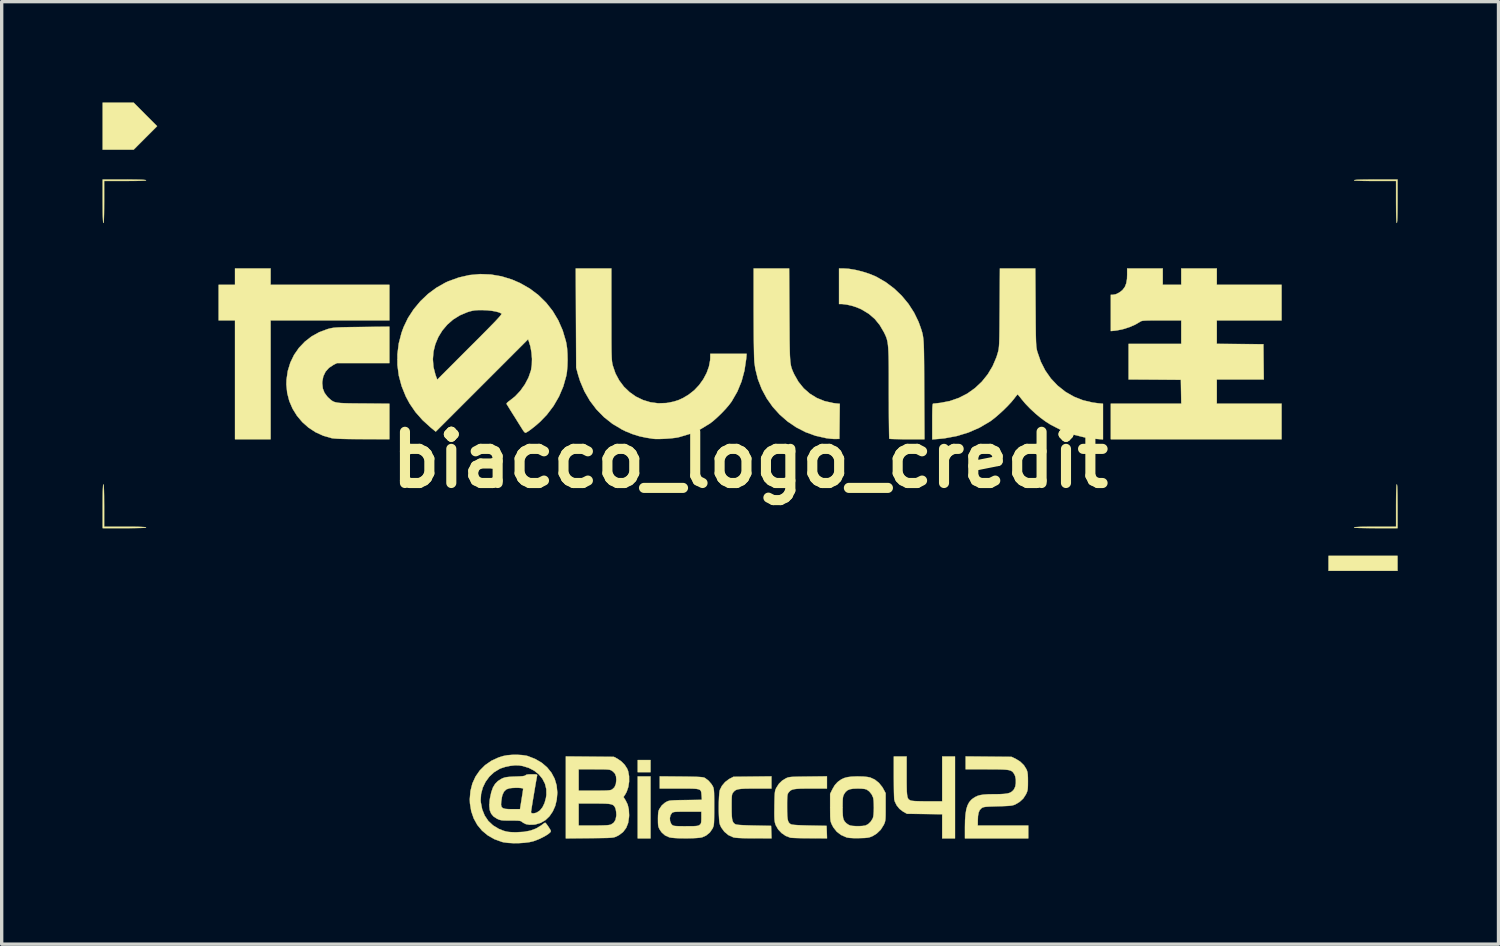
<source format=kicad_pcb>
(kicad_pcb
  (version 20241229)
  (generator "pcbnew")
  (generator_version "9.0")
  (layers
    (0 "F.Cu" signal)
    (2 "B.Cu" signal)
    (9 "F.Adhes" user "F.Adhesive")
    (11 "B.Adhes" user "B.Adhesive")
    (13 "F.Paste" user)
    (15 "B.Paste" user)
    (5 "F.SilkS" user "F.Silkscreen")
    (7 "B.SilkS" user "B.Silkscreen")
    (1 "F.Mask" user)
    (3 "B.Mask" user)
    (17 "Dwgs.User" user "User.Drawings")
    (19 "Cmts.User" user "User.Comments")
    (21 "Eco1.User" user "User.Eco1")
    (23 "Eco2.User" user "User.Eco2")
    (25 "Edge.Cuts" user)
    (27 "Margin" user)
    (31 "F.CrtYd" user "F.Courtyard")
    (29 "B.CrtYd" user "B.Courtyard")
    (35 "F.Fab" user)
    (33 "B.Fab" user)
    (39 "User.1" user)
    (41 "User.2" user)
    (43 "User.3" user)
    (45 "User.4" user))
  (footprint "biacco_logo_credit"
    (layer "F.Cu")
    (at 19.267 10.631)
    (property "Reference" "biacco_logo_credit" (at 0 0 0) (layer "F.SilkS") (effects (font (size 1.524 1.524) (thickness 0.3))))
    (attr through_hole)
    (fp_poly (pts (xy -2.963 9.292) (xy -3.344 9.292) (xy -3.344 8.932) (xy -2.963 8.932) (xy -2.963 9.292)) (stroke (width 0.01) (type solid)) (fill yes) (layer "F.SilkS"))
    (fp_poly (pts (xy -2.963 11.261) (xy -3.344 11.261) (xy -3.344 9.419) (xy -2.963 9.419) (xy -2.963 11.261)) (stroke (width 0.01) (type solid)) (fill yes) (layer "F.SilkS"))
    (fp_poly (pts (xy 19.262 3.302) (xy 17.209 3.302) (xy 17.209 2.857) (xy 19.262 2.857) (xy 19.262 3.302)) (stroke (width 0.01) (type solid)) (fill yes) (layer "F.SilkS"))
    (fp_poly (pts (xy -17.992 -10.276) (xy -17.643 -9.927) (xy -17.992 -9.578) (xy -18.34 -9.229) (xy -19.262 -9.229) (xy -19.262 -10.626) (xy -18.34 -10.626) (xy -17.992 -10.276)) (stroke (width 0.01) (type solid)) (fill yes) (layer "F.SilkS"))
    (fp_poly (pts (xy -14.266 -5.207) (xy -10.732 -5.207) (xy -10.732 -4.149) (xy -14.266 -4.149) (xy -14.266 -0.614) (xy -15.325 -0.614) (xy -15.325 -4.149) (xy -15.812 -4.149) (xy -15.812 -5.207) (xy -15.325 -5.207) (xy -15.325 -5.694) (xy -14.266 -5.694) (xy -14.266 -5.207)) (stroke (width 0.01) (type solid)) (fill yes) (layer "F.SilkS"))
    (fp_poly (pts (xy -19.234 0.755) (xy -19.229 0.821) (xy -19.224 0.923) (xy -19.221 1.062) (xy -19.22 1.233) (xy -19.219 1.366) (xy -19.219 1.99) (xy -18.595 1.99) (xy -18.397 1.99) (xy -18.235 1.992) (xy -18.111 1.996) (xy -18.025 2.001) (xy -17.978 2.007) (xy -17.971 2.011) (xy -17.991 2.017) (xy -18.053 2.023) (xy -18.155 2.027) (xy -18.294 2.03) (xy -18.471 2.032) (xy -18.616 2.032) (xy -19.262 2.032) (xy -19.262 1.375) (xy -19.261 1.166) (xy -19.259 0.998) (xy -19.256 0.87) (xy -19.251 0.783) (xy -19.245 0.737) (xy -19.241 0.73) (xy -19.234 0.755)) (stroke (width 0.01) (type solid)) (fill yes) (layer "F.SilkS"))
    (fp_poly (pts (xy -18.415 -8.339) (xy -18.249 -8.337) (xy -18.12 -8.334) (xy -18.031 -8.329) (xy -17.981 -8.323) (xy -17.971 -8.319) (xy -17.991 -8.312) (xy -18.053 -8.306) (xy -18.154 -8.302) (xy -18.294 -8.299) (xy -18.47 -8.298) (xy -18.595 -8.297) (xy -19.219 -8.297) (xy -19.219 -7.673) (xy -19.22 -7.475) (xy -19.222 -7.313) (xy -19.226 -7.189) (xy -19.23 -7.103) (xy -19.236 -7.056) (xy -19.241 -7.048) (xy -19.247 -7.069) (xy -19.253 -7.131) (xy -19.257 -7.233) (xy -19.26 -7.372) (xy -19.261 -7.549) (xy -19.262 -7.694) (xy -19.262 -8.34) (xy -18.616 -8.34) (xy -18.415 -8.339)) (stroke (width 0.01) (type solid)) (fill yes) (layer "F.SilkS"))
    (fp_poly (pts (xy 19.247 0.747) (xy 19.253 0.805) (xy 19.257 0.905) (xy 19.26 1.045) (xy 19.261 1.226) (xy 19.262 1.375) (xy 19.262 2.032) (xy 18.616 2.032) (xy 18.415 2.031) (xy 18.249 2.029) (xy 18.12 2.026) (xy 18.031 2.021) (xy 17.981 2.016) (xy 17.971 2.011) (xy 17.991 2.004) (xy 18.053 1.999) (xy 18.154 1.994) (xy 18.294 1.992) (xy 18.47 1.99) (xy 18.595 1.99) (xy 19.219 1.99) (xy 19.219 1.366) (xy 19.22 1.174) (xy 19.222 1.013) (xy 19.226 0.886) (xy 19.23 0.795) (xy 19.236 0.743) (xy 19.241 0.73) (xy 19.247 0.747)) (stroke (width 0.01) (type solid)) (fill yes) (layer "F.SilkS"))
    (fp_poly (pts (xy 19.262 -7.694) (xy 19.261 -7.493) (xy 19.259 -7.327) (xy 19.256 -7.198) (xy 19.251 -7.109) (xy 19.245 -7.059) (xy 19.241 -7.048) (xy 19.234 -7.069) (xy 19.228 -7.131) (xy 19.224 -7.232) (xy 19.221 -7.372) (xy 19.22 -7.548) (xy 19.219 -7.673) (xy 19.219 -8.297) (xy 18.595 -8.297) (xy 18.397 -8.298) (xy 18.235 -8.3) (xy 18.111 -8.304) (xy 18.025 -8.308) (xy 17.978 -8.314) (xy 17.971 -8.319) (xy 17.991 -8.325) (xy 18.053 -8.331) (xy 18.155 -8.335) (xy 18.294 -8.338) (xy 18.471 -8.339) (xy 18.616 -8.34) (xy 19.262 -8.34) (xy 19.262 -7.694)) (stroke (width 0.01) (type solid)) (fill yes) (layer "F.SilkS"))
    (fp_poly (pts (xy 4.657 9.41) (xy 4.657 9.597) (xy 4.659 9.746) (xy 4.662 9.863) (xy 4.669 9.951) (xy 4.678 10.016) (xy 4.692 10.062) (xy 4.711 10.093) (xy 4.736 10.115) (xy 4.767 10.132) (xy 4.772 10.135) (xy 4.818 10.145) (xy 4.903 10.153) (xy 5.028 10.157) (xy 5.195 10.16) (xy 5.271 10.16) (xy 5.715 10.16) (xy 5.715 8.826) (xy 6.096 8.826) (xy 6.096 11.261) (xy 5.715 11.261) (xy 5.715 10.544) (xy 4.667 10.53) (xy 4.551 10.465) (xy 4.446 10.385) (xy 4.361 10.28) (xy 4.304 10.162) (xy 4.289 10.102) (xy 4.286 10.06) (xy 4.283 9.983) (xy 4.28 9.875) (xy 4.278 9.744) (xy 4.277 9.597) (xy 4.276 9.438) (xy 4.276 9.424) (xy 4.276 8.826) (xy 4.657 8.826) (xy 4.657 9.41)) (stroke (width 0.01) (type solid)) (fill yes) (layer "F.SilkS"))
    (fp_poly (pts (xy 1.169 -4.313) (xy 1.171 -4.027) (xy 1.173 -3.781) (xy 1.174 -3.57) (xy 1.177 -3.391) (xy 1.18 -3.24) (xy 1.184 -3.115) (xy 1.19 -3.01) (xy 1.197 -2.924) (xy 1.206 -2.853) (xy 1.217 -2.792) (xy 1.231 -2.74) (xy 1.248 -2.691) (xy 1.267 -2.643) (xy 1.29 -2.592) (xy 1.313 -2.542) (xy 1.438 -2.322) (xy 1.593 -2.13) (xy 1.775 -1.97) (xy 1.982 -1.842) (xy 2.212 -1.748) (xy 2.463 -1.691) (xy 2.535 -1.681) (xy 2.668 -1.667) (xy 2.662 -1.146) (xy 2.656 -0.624) (xy 2.551 -0.621) (xy 2.479 -0.622) (xy 2.384 -0.63) (xy 2.283 -0.643) (xy 2.26 -0.646) (xy 1.947 -0.716) (xy 1.651 -0.824) (xy 1.373 -0.967) (xy 1.116 -1.141) (xy 0.882 -1.345) (xy 0.674 -1.575) (xy 0.495 -1.829) (xy 0.347 -2.104) (xy 0.233 -2.397) (xy 0.156 -2.705) (xy 0.128 -2.9) (xy 0.124 -2.957) (xy 0.12 -3.053) (xy 0.117 -3.182) (xy 0.114 -3.34) (xy 0.111 -3.523) (xy 0.109 -3.726) (xy 0.108 -3.945) (xy 0.107 -4.175) (xy 0.106 -4.397) (xy 0.106 -5.694) (xy 1.161 -5.694) (xy 1.169 -4.313)) (stroke (width 0.01) (type solid)) (fill yes) (layer "F.SilkS"))
    (fp_poly (pts (xy 12.277 -5.207) (xy 12.827 -5.207) (xy 12.827 -5.694) (xy 13.885 -5.694) (xy 13.885 -5.207) (xy 15.812 -5.207) (xy 15.812 -4.149) (xy 13.885 -4.149) (xy 13.885 -3.451) (xy 15.272 -3.44) (xy 15.277 -2.916) (xy 15.283 -2.392) (xy 13.885 -2.392) (xy 13.885 -1.672) (xy 15.812 -1.672) (xy 15.812 -0.614) (xy 10.732 -0.614) (xy 10.732 -1.672) (xy 12.828 -1.672) (xy 12.822 -2.027) (xy 12.816 -2.381) (xy 12.039 -2.387) (xy 11.261 -2.392) (xy 11.261 -3.45) (xy 12.827 -3.45) (xy 12.827 -4.149) (xy 12.243 -4.149) (xy 12.07 -4.149) (xy 11.934 -4.148) (xy 11.83 -4.146) (xy 11.752 -4.143) (xy 11.697 -4.139) (xy 11.658 -4.133) (xy 11.631 -4.124) (xy 11.61 -4.113) (xy 11.599 -4.106) (xy 11.46 -4.024) (xy 11.292 -3.951) (xy 11.11 -3.892) (xy 10.926 -3.853) (xy 10.853 -3.843) (xy 10.732 -3.831) (xy 10.732 -4.911) (xy 10.796 -4.911) (xy 10.881 -4.927) (xy 10.976 -4.973) (xy 11.066 -5.04) (xy 11.086 -5.06) (xy 11.15 -5.145) (xy 11.191 -5.251) (xy 11.214 -5.384) (xy 11.218 -5.507) (xy 11.218 -5.694) (xy 12.277 -5.694) (xy 12.277 -5.207)) (stroke (width 0.01) (type solid)) (fill yes) (layer "F.SilkS"))
    (fp_poly (pts (xy 0.635 9.779) (xy 0.158 9.779) (xy -0.015 9.78) (xy -0.151 9.782) (xy -0.255 9.788) (xy -0.334 9.797) (xy -0.393 9.811) (xy -0.437 9.831) (xy -0.471 9.858) (xy -0.502 9.893) (xy -0.504 9.896) (xy -0.521 9.919) (xy -0.533 9.946) (xy -0.541 9.983) (xy -0.546 10.036) (xy -0.549 10.113) (xy -0.55 10.22) (xy -0.55 10.323) (xy -0.549 10.477) (xy -0.545 10.594) (xy -0.536 10.682) (xy -0.521 10.745) (xy -0.5 10.789) (xy -0.47 10.821) (xy -0.439 10.842) (xy -0.405 10.852) (xy -0.339 10.861) (xy -0.238 10.868) (xy -0.101 10.874) (xy 0.075 10.879) (xy 0.116 10.88) (xy 0.624 10.89) (xy 0.631 11.075) (xy 0.637 11.261) (xy 0.112 11.259) (xy -0.078 11.258) (xy -0.229 11.255) (xy -0.345 11.25) (xy -0.43 11.243) (xy -0.488 11.234) (xy -0.504 11.229) (xy -0.646 11.164) (xy -0.766 11.064) (xy -0.859 10.937) (xy -0.901 10.844) (xy -0.913 10.786) (xy -0.922 10.695) (xy -0.928 10.579) (xy -0.932 10.447) (xy -0.932 10.307) (xy -0.93 10.169) (xy -0.925 10.041) (xy -0.917 9.932) (xy -0.907 9.85) (xy -0.898 9.817) (xy -0.837 9.697) (xy -0.744 9.587) (xy -0.629 9.5) (xy -0.606 9.487) (xy -0.497 9.43) (xy 0.635 9.417) (xy 0.635 9.779)) (stroke (width 0.01) (type solid)) (fill yes) (layer "F.SilkS"))
    (fp_poly (pts (xy -10.732 -2.879) (xy -12.29 -2.879) (xy -12.399 -2.824) (xy -12.531 -2.736) (xy -12.632 -2.622) (xy -12.698 -2.485) (xy -12.728 -2.328) (xy -12.73 -2.275) (xy -12.713 -2.123) (xy -12.662 -1.993) (xy -12.575 -1.877) (xy -12.541 -1.843) (xy -12.498 -1.804) (xy -12.459 -1.772) (xy -12.421 -1.746) (xy -12.377 -1.725) (xy -12.325 -1.71) (xy -12.258 -1.698) (xy -12.174 -1.69) (xy -12.066 -1.685) (xy -11.93 -1.681) (xy -11.763 -1.679) (xy -11.558 -1.677) (xy -11.509 -1.677) (xy -10.732 -1.67) (xy -10.732 -0.614) (xy -11.52 -0.616) (xy -11.763 -0.617) (xy -11.966 -0.619) (xy -12.132 -0.623) (xy -12.262 -0.628) (xy -12.361 -0.635) (xy -12.43 -0.642) (xy -12.447 -0.645) (xy -12.696 -0.716) (xy -12.927 -0.821) (xy -13.137 -0.958) (xy -13.323 -1.123) (xy -13.482 -1.312) (xy -13.612 -1.522) (xy -13.71 -1.75) (xy -13.772 -1.991) (xy -13.797 -2.242) (xy -13.793 -2.381) (xy -13.755 -2.644) (xy -13.679 -2.892) (xy -13.568 -3.122) (xy -13.423 -3.331) (xy -13.248 -3.515) (xy -13.046 -3.672) (xy -12.818 -3.799) (xy -12.568 -3.891) (xy -12.541 -3.898) (xy -12.495 -3.91) (xy -12.449 -3.92) (xy -12.399 -3.928) (xy -12.339 -3.934) (xy -12.264 -3.939) (xy -12.171 -3.943) (xy -12.053 -3.946) (xy -11.907 -3.949) (xy -11.727 -3.951) (xy -11.552 -3.953) (xy -10.732 -3.962) (xy -10.732 -2.879)) (stroke (width 0.01) (type solid)) (fill yes) (layer "F.SilkS"))
    (fp_poly (pts (xy 2.286 9.779) (xy 1.809 9.779) (xy 1.636 9.78) (xy 1.5 9.782) (xy 1.396 9.788) (xy 1.317 9.797) (xy 1.258 9.811) (xy 1.214 9.831) (xy 1.18 9.858) (xy 1.149 9.893) (xy 1.147 9.896) (xy 1.13 9.919) (xy 1.118 9.946) (xy 1.11 9.983) (xy 1.105 10.036) (xy 1.102 10.113) (xy 1.101 10.22) (xy 1.101 10.323) (xy 1.102 10.477) (xy 1.106 10.594) (xy 1.115 10.682) (xy 1.13 10.745) (xy 1.151 10.789) (xy 1.181 10.821) (xy 1.212 10.842) (xy 1.246 10.852) (xy 1.312 10.861) (xy 1.413 10.868) (xy 1.55 10.874) (xy 1.726 10.879) (xy 1.767 10.88) (xy 2.275 10.89) (xy 2.282 11.075) (xy 2.288 11.261) (xy 1.774 11.258) (xy 1.627 11.257) (xy 1.491 11.255) (xy 1.373 11.252) (xy 1.279 11.248) (xy 1.216 11.244) (xy 1.196 11.241) (xy 1.06 11.189) (xy 0.937 11.104) (xy 0.835 10.996) (xy 0.764 10.872) (xy 0.753 10.842) (xy 0.74 10.798) (xy 0.731 10.748) (xy 0.725 10.686) (xy 0.722 10.604) (xy 0.721 10.497) (xy 0.723 10.356) (xy 0.723 10.293) (xy 0.726 10.144) (xy 0.729 10.031) (xy 0.733 9.948) (xy 0.739 9.886) (xy 0.747 9.841) (xy 0.758 9.805) (xy 0.774 9.771) (xy 0.78 9.758) (xy 0.858 9.637) (xy 0.952 9.546) (xy 1.048 9.486) (xy 1.08 9.469) (xy 1.11 9.456) (xy 1.144 9.446) (xy 1.186 9.439) (xy 1.243 9.433) (xy 1.32 9.43) (xy 1.423 9.427) (xy 1.557 9.425) (xy 1.72 9.423) (xy 2.286 9.416) (xy 2.286 9.779)) (stroke (width 0.01) (type solid)) (fill yes) (layer "F.SilkS"))
    (fp_poly (pts (xy 2.94 -5.683) (xy 3.132 -5.651) (xy 3.334 -5.602) (xy 3.533 -5.539) (xy 3.717 -5.465) (xy 3.772 -5.438) (xy 4.04 -5.282) (xy 4.289 -5.094) (xy 4.514 -4.878) (xy 4.712 -4.639) (xy 4.878 -4.381) (xy 5.009 -4.111) (xy 5.042 -4.022) (xy 5.067 -3.952) (xy 5.088 -3.891) (xy 5.106 -3.835) (xy 5.122 -3.78) (xy 5.135 -3.724) (xy 5.145 -3.663) (xy 5.154 -3.593) (xy 5.161 -3.511) (xy 5.166 -3.413) (xy 5.17 -3.296) (xy 5.173 -3.156) (xy 5.175 -2.99) (xy 5.177 -2.795) (xy 5.178 -2.566) (xy 5.179 -2.301) (xy 5.18 -2.101) (xy 5.188 -0.614) (xy 4.672 -0.614) (xy 4.528 -0.614) (xy 4.399 -0.616) (xy 4.289 -0.618) (xy 4.206 -0.621) (xy 4.155 -0.625) (xy 4.142 -0.628) (xy 4.139 -0.651) (xy 4.137 -0.713) (xy 4.135 -0.81) (xy 4.133 -0.938) (xy 4.131 -1.095) (xy 4.129 -1.275) (xy 4.128 -1.477) (xy 4.128 -1.695) (xy 4.127 -1.927) (xy 4.127 -1.988) (xy 4.127 -2.278) (xy 4.127 -2.529) (xy 4.126 -2.745) (xy 4.124 -2.928) (xy 4.121 -3.084) (xy 4.116 -3.214) (xy 4.11 -3.322) (xy 4.102 -3.413) (xy 4.092 -3.488) (xy 4.079 -3.552) (xy 4.064 -3.609) (xy 4.045 -3.661) (xy 4.023 -3.712) (xy 3.997 -3.766) (xy 3.981 -3.799) (xy 3.855 -4.013) (xy 3.708 -4.193) (xy 3.533 -4.344) (xy 3.327 -4.469) (xy 3.291 -4.487) (xy 3.163 -4.541) (xy 3.021 -4.586) (xy 2.879 -4.618) (xy 2.755 -4.634) (xy 2.721 -4.636) (xy 2.646 -4.636) (xy 2.646 -5.694) (xy 2.77 -5.694) (xy 2.94 -5.683)) (stroke (width 0.01) (type solid)) (fill yes) (layer "F.SilkS"))
    (fp_poly (pts (xy 7.779 8.837) (xy 7.897 8.893) (xy 8.034 8.977) (xy 8.146 9.086) (xy 8.221 9.206) (xy 8.24 9.254) (xy 8.253 9.305) (xy 8.261 9.37) (xy 8.265 9.457) (xy 8.266 9.567) (xy 8.265 9.68) (xy 8.262 9.761) (xy 8.255 9.821) (xy 8.242 9.87) (xy 8.222 9.919) (xy 8.206 9.953) (xy 8.126 10.077) (xy 8.017 10.177) (xy 7.896 10.249) (xy 7.859 10.265) (xy 7.819 10.277) (xy 7.77 10.287) (xy 7.705 10.294) (xy 7.617 10.299) (xy 7.498 10.304) (xy 7.372 10.307) (xy 7.226 10.312) (xy 7.115 10.316) (xy 7.034 10.321) (xy 6.977 10.328) (xy 6.937 10.337) (xy 6.909 10.348) (xy 6.886 10.363) (xy 6.833 10.418) (xy 6.799 10.494) (xy 6.78 10.598) (xy 6.775 10.716) (xy 6.773 10.88) (xy 8.276 10.88) (xy 8.276 11.261) (xy 6.392 11.261) (xy 6.392 10.926) (xy 6.396 10.714) (xy 6.41 10.539) (xy 6.433 10.396) (xy 6.469 10.281) (xy 6.517 10.189) (xy 6.58 10.115) (xy 6.629 10.075) (xy 6.697 10.031) (xy 6.767 9.998) (xy 6.848 9.975) (xy 6.947 9.96) (xy 7.072 9.951) (xy 7.228 9.948) (xy 7.28 9.948) (xy 7.439 9.946) (xy 7.563 9.939) (xy 7.657 9.926) (xy 7.729 9.905) (xy 7.783 9.874) (xy 7.828 9.832) (xy 7.854 9.798) (xy 7.889 9.721) (xy 7.906 9.62) (xy 7.906 9.512) (xy 7.887 9.413) (xy 7.863 9.358) (xy 7.838 9.318) (xy 7.812 9.285) (xy 7.779 9.26) (xy 7.737 9.241) (xy 7.679 9.227) (xy 7.601 9.218) (xy 7.498 9.212) (xy 7.367 9.209) (xy 7.201 9.208) (xy 7.044 9.207) (xy 6.413 9.207) (xy 6.413 8.824) (xy 7.779 8.837)) (stroke (width 0.01) (type solid)) (fill yes) (layer "F.SilkS"))
    (fp_poly (pts (xy -4.128 -4.332) (xy -4.127 -4.057) (xy -4.127 -3.821) (xy -4.127 -3.62) (xy -4.126 -3.452) (xy -4.125 -3.312) (xy -4.123 -3.197) (xy -4.12 -3.104) (xy -4.117 -3.029) (xy -4.113 -2.969) (xy -4.108 -2.92) (xy -4.102 -2.879) (xy -4.095 -2.843) (xy -4.086 -2.807) (xy -4.085 -2.803) (xy -4.006 -2.571) (xy -3.893 -2.361) (xy -3.752 -2.173) (xy -3.584 -2.013) (xy -3.395 -1.88) (xy -3.187 -1.78) (xy -2.966 -1.713) (xy -2.735 -1.682) (xy -2.497 -1.69) (xy -2.43 -1.7) (xy -2.271 -1.733) (xy -2.134 -1.776) (xy -2.003 -1.836) (xy -1.861 -1.919) (xy -1.824 -1.943) (xy -1.663 -2.069) (xy -1.518 -2.223) (xy -1.393 -2.397) (xy -1.294 -2.583) (xy -1.225 -2.774) (xy -1.189 -2.962) (xy -1.185 -3.042) (xy -1.185 -3.154) (xy -0.103 -3.154) (xy -0.117 -3) (xy -0.168 -2.657) (xy -0.255 -2.333) (xy -0.38 -2.03) (xy -0.543 -1.747) (xy -0.557 -1.725) (xy -0.634 -1.624) (xy -0.735 -1.507) (xy -0.851 -1.385) (xy -0.973 -1.268) (xy -1.089 -1.164) (xy -1.192 -1.084) (xy -1.199 -1.079) (xy -1.484 -0.907) (xy -1.788 -0.773) (xy -2.106 -0.678) (xy -2.159 -0.666) (xy -2.241 -0.653) (xy -2.347 -0.641) (xy -2.468 -0.631) (xy -2.592 -0.624) (xy -2.708 -0.62) (xy -2.805 -0.62) (xy -2.873 -0.625) (xy -2.879 -0.626) (xy -2.925 -0.633) (xy -2.999 -0.645) (xy -3.084 -0.658) (xy -3.09 -0.659) (xy -3.287 -0.7) (xy -3.499 -0.766) (xy -3.71 -0.852) (xy -3.815 -0.904) (xy -4.094 -1.071) (xy -4.346 -1.27) (xy -4.571 -1.5) (xy -4.766 -1.757) (xy -4.929 -2.038) (xy -5.058 -2.342) (xy -5.118 -2.533) (xy -5.174 -2.741) (xy -5.181 -4.217) (xy -5.187 -5.694) (xy -4.128 -5.694) (xy -4.128 -4.332)) (stroke (width 0.01) (type solid)) (fill yes) (layer "F.SilkS"))
    (fp_poly (pts (xy -4.053 8.837) (xy -3.945 8.894) (xy -3.832 8.972) (xy -3.733 9.072) (xy -3.66 9.184) (xy -3.63 9.257) (xy -3.601 9.411) (xy -3.6 9.574) (xy -3.624 9.733) (xy -3.673 9.877) (xy -3.713 9.95) (xy -3.767 10.032) (xy -3.705 10.13) (xy -3.643 10.256) (xy -3.609 10.401) (xy -3.6 10.571) (xy -3.603 10.628) (xy -3.629 10.803) (xy -3.687 10.95) (xy -3.778 11.071) (xy -3.902 11.166) (xy -3.969 11.201) (xy -3.999 11.215) (xy -4.029 11.225) (xy -4.064 11.234) (xy -4.108 11.24) (xy -4.167 11.245) (xy -4.246 11.249) (xy -4.348 11.251) (xy -4.481 11.253) (xy -4.647 11.255) (xy -4.778 11.256) (xy -5.482 11.263) (xy -5.482 10.223) (xy -5.101 10.223) (xy -5.101 10.88) (xy -4.656 10.88) (xy -4.492 10.879) (xy -4.366 10.876) (xy -4.271 10.872) (xy -4.203 10.865) (xy -4.156 10.856) (xy -4.138 10.849) (xy -4.056 10.794) (xy -4.004 10.708) (xy -3.981 10.592) (xy -3.979 10.556) (xy -3.985 10.474) (xy -3.998 10.396) (xy -4.009 10.362) (xy -4.03 10.32) (xy -4.054 10.288) (xy -4.089 10.264) (xy -4.139 10.246) (xy -4.209 10.235) (xy -4.305 10.228) (xy -4.432 10.225) (xy -4.594 10.224) (xy -4.634 10.223) (xy -5.101 10.223) (xy -5.482 10.223) (xy -5.482 9.207) (xy -5.101 9.207) (xy -5.101 9.842) (xy -4.633 9.842) (xy -4.477 9.842) (xy -4.357 9.841) (xy -4.267 9.838) (xy -4.203 9.833) (xy -4.157 9.826) (xy -4.125 9.817) (xy -4.105 9.806) (xy -4.036 9.742) (xy -3.994 9.646) (xy -3.98 9.522) (xy -3.98 9.522) (xy -3.989 9.416) (xy -4.02 9.337) (xy -4.078 9.275) (xy -4.104 9.256) (xy -4.13 9.24) (xy -4.156 9.228) (xy -4.189 9.219) (xy -4.236 9.214) (xy -4.302 9.21) (xy -4.393 9.208) (xy -4.516 9.208) (xy -4.639 9.207) (xy -5.101 9.207) (xy -5.482 9.207) (xy -5.482 8.824) (xy -4.053 8.837)) (stroke (width 0.01) (type solid)) (fill yes) (layer "F.SilkS"))
    (fp_poly (pts (xy 8.493 -4.535) (xy 8.495 -4.283) (xy 8.496 -4.069) (xy 8.498 -3.891) (xy 8.5 -3.743) (xy 8.503 -3.622) (xy 8.506 -3.525) (xy 8.51 -3.447) (xy 8.514 -3.385) (xy 8.52 -3.335) (xy 8.527 -3.294) (xy 8.535 -3.256) (xy 8.544 -3.22) (xy 8.546 -3.214) (xy 8.647 -2.923) (xy 8.781 -2.659) (xy 8.947 -2.422) (xy 9.145 -2.212) (xy 9.374 -2.03) (xy 9.393 -2.017) (xy 9.641 -1.876) (xy 9.905 -1.772) (xy 10.19 -1.705) (xy 10.356 -1.683) (xy 10.499 -1.669) (xy 10.499 -0.608) (xy 10.303 -0.623) (xy 9.94 -0.671) (xy 9.589 -0.758) (xy 9.253 -0.885) (xy 8.935 -1.05) (xy 8.8 -1.135) (xy 8.648 -1.246) (xy 8.488 -1.379) (xy 8.332 -1.524) (xy 8.191 -1.67) (xy 8.081 -1.801) (xy 8.03 -1.867) (xy 7.988 -1.917) (xy 7.963 -1.944) (xy 7.959 -1.946) (xy 7.942 -1.93) (xy 7.907 -1.888) (xy 7.861 -1.829) (xy 7.853 -1.817) (xy 7.77 -1.717) (xy 7.663 -1.602) (xy 7.539 -1.479) (xy 7.409 -1.36) (xy 7.282 -1.251) (xy 7.167 -1.162) (xy 7.13 -1.137) (xy 6.821 -0.956) (xy 6.493 -0.813) (xy 6.147 -0.708) (xy 5.788 -0.641) (xy 5.614 -0.623) (xy 5.419 -0.608) (xy 5.419 -1.14) (xy 5.419 -1.312) (xy 5.421 -1.445) (xy 5.423 -1.544) (xy 5.428 -1.612) (xy 5.434 -1.653) (xy 5.441 -1.671) (xy 5.445 -1.672) (xy 5.477 -1.675) (xy 5.54 -1.681) (xy 5.622 -1.691) (xy 5.662 -1.695) (xy 5.945 -1.75) (xy 6.212 -1.843) (xy 6.462 -1.971) (xy 6.689 -2.133) (xy 6.893 -2.324) (xy 7.069 -2.543) (xy 7.216 -2.788) (xy 7.33 -3.055) (xy 7.37 -3.186) (xy 7.38 -3.223) (xy 7.389 -3.26) (xy 7.396 -3.3) (xy 7.402 -3.347) (xy 7.407 -3.404) (xy 7.411 -3.475) (xy 7.414 -3.564) (xy 7.417 -3.676) (xy 7.419 -3.812) (xy 7.421 -3.978) (xy 7.422 -4.178) (xy 7.424 -4.414) (xy 7.425 -4.524) (xy 7.432 -5.694) (xy 8.485 -5.694) (xy 8.493 -4.535)) (stroke (width 0.01) (type solid)) (fill yes) (layer "F.SilkS"))
    (fp_poly (pts (xy 3.369 9.423) (xy 3.496 9.436) (xy 3.572 9.451) (xy 3.709 9.513) (xy 3.832 9.611) (xy 3.934 9.738) (xy 3.959 9.781) (xy 4.032 9.917) (xy 4.032 10.329) (xy 4.032 10.472) (xy 4.031 10.58) (xy 4.028 10.659) (xy 4.023 10.718) (xy 4.014 10.763) (xy 4.002 10.802) (xy 3.985 10.841) (xy 3.977 10.858) (xy 3.886 11.004) (xy 3.764 11.121) (xy 3.642 11.195) (xy 3.59 11.217) (xy 3.54 11.233) (xy 3.483 11.243) (xy 3.41 11.25) (xy 3.309 11.253) (xy 3.239 11.255) (xy 3.077 11.255) (xy 2.957 11.248) (xy 2.877 11.235) (xy 2.868 11.232) (xy 2.708 11.162) (xy 2.58 11.065) (xy 2.479 10.938) (xy 2.436 10.858) (xy 2.417 10.816) (xy 2.403 10.778) (xy 2.393 10.735) (xy 2.387 10.682) (xy 2.383 10.61) (xy 2.382 10.513) (xy 2.381 10.383) (xy 2.381 10.339) (xy 2.381 10.336) (xy 2.752 10.336) (xy 2.753 10.473) (xy 2.758 10.576) (xy 2.767 10.652) (xy 2.784 10.709) (xy 2.81 10.755) (xy 2.847 10.796) (xy 2.863 10.812) (xy 2.92 10.853) (xy 2.976 10.879) (xy 3.044 10.891) (xy 3.138 10.897) (xy 3.242 10.898) (xy 3.341 10.893) (xy 3.419 10.882) (xy 3.433 10.879) (xy 3.513 10.838) (xy 3.587 10.767) (xy 3.643 10.679) (xy 3.661 10.632) (xy 3.672 10.563) (xy 3.679 10.467) (xy 3.682 10.355) (xy 3.68 10.242) (xy 3.675 10.14) (xy 3.664 10.063) (xy 3.661 10.05) (xy 3.617 9.953) (xy 3.546 9.866) (xy 3.47 9.81) (xy 3.409 9.792) (xy 3.311 9.782) (xy 3.202 9.779) (xy 3.069 9.784) (xy 2.97 9.8) (xy 2.896 9.832) (xy 2.839 9.882) (xy 2.8 9.94) (xy 2.781 9.976) (xy 2.768 10.013) (xy 2.76 10.06) (xy 2.755 10.126) (xy 2.753 10.217) (xy 2.752 10.336) (xy 2.381 10.336) (xy 2.381 9.937) (xy 2.452 9.794) (xy 2.518 9.681) (xy 2.596 9.594) (xy 2.628 9.567) (xy 2.712 9.508) (xy 2.8 9.467) (xy 2.901 9.44) (xy 3.024 9.425) (xy 3.177 9.419) (xy 3.207 9.419) (xy 3.369 9.423)) (stroke (width 0.01) (type solid)) (fill yes) (layer "F.SilkS"))
    (fp_poly (pts (xy -7.713 -5.514) (xy -7.397 -5.46) (xy -7.085 -5.364) (xy -6.843 -5.259) (xy -6.557 -5.096) (xy -6.299 -4.902) (xy -6.071 -4.678) (xy -5.873 -4.428) (xy -5.708 -4.152) (xy -5.577 -3.853) (xy -5.482 -3.533) (xy -5.468 -3.471) (xy -5.446 -3.326) (xy -5.434 -3.153) (xy -5.43 -2.968) (xy -5.436 -2.784) (xy -5.45 -2.616) (xy -5.47 -2.498) (xy -5.558 -2.185) (xy -5.685 -1.886) (xy -5.848 -1.604) (xy -6.045 -1.344) (xy -6.237 -1.144) (xy -6.325 -1.065) (xy -6.416 -0.988) (xy -6.505 -0.919) (xy -6.583 -0.861) (xy -6.645 -0.822) (xy -6.683 -0.805) (xy -6.686 -0.804) (xy -6.71 -0.821) (xy -6.745 -0.862) (xy -6.759 -0.884) (xy -6.874 -1.067) (xy -6.976 -1.231) (xy -7.065 -1.372) (xy -7.138 -1.489) (xy -7.193 -1.579) (xy -7.23 -1.638) (xy -7.246 -1.664) (xy -7.246 -1.664) (xy -7.238 -1.689) (xy -7.2 -1.725) (xy -7.17 -1.747) (xy -6.994 -1.886) (xy -6.835 -2.055) (xy -6.699 -2.247) (xy -6.592 -2.451) (xy -6.52 -2.66) (xy -6.518 -2.667) (xy -6.494 -2.824) (xy -6.489 -3.004) (xy -6.504 -3.191) (xy -6.536 -3.372) (xy -6.582 -3.523) (xy -6.606 -3.586) (xy -9.353 -0.839) (xy -9.5 -0.96) (xy -9.747 -1.184) (xy -9.956 -1.421) (xy -10.131 -1.677) (xy -10.243 -1.885) (xy -10.367 -2.191) (xy -10.451 -2.504) (xy -10.493 -2.822) (xy -10.493 -2.993) (xy -9.439 -2.993) (xy -9.421 -2.763) (xy -9.363 -2.535) (xy -9.351 -2.501) (xy -9.308 -2.386) (xy -8.337 -3.358) (xy -8.139 -3.555) (xy -7.97 -3.725) (xy -7.827 -3.869) (xy -7.709 -3.99) (xy -7.612 -4.089) (xy -7.536 -4.169) (xy -7.479 -4.232) (xy -7.438 -4.279) (xy -7.412 -4.312) (xy -7.399 -4.335) (xy -7.396 -4.348) (xy -7.399 -4.353) (xy -7.464 -4.385) (xy -7.561 -4.412) (xy -7.683 -4.434) (xy -7.82 -4.449) (xy -7.963 -4.455) (xy -7.98 -4.455) (xy -8.097 -4.454) (xy -8.187 -4.448) (xy -8.265 -4.435) (xy -8.347 -4.414) (xy -8.411 -4.394) (xy -8.634 -4.3) (xy -8.835 -4.175) (xy -9.01 -4.022) (xy -9.158 -3.847) (xy -9.277 -3.652) (xy -9.365 -3.442) (xy -9.42 -3.221) (xy -9.439 -2.993) (xy -10.493 -2.993) (xy -10.493 -3.143) (xy -10.453 -3.463) (xy -10.37 -3.781) (xy -10.31 -3.946) (xy -10.178 -4.221) (xy -10.009 -4.48) (xy -9.809 -4.72) (xy -9.582 -4.936) (xy -9.332 -5.121) (xy -9.064 -5.273) (xy -8.979 -5.312) (xy -8.666 -5.425) (xy -8.35 -5.497) (xy -8.031 -5.526) (xy -7.713 -5.514)) (stroke (width 0.01) (type solid)) (fill yes) (layer "F.SilkS"))
    (fp_poly (pts (xy -2.048 9.423) (xy -1.862 9.425) (xy -1.713 9.428) (xy -1.597 9.431) (xy -1.509 9.435) (xy -1.445 9.44) (xy -1.398 9.447) (xy -1.366 9.455) (xy -1.344 9.465) (xy -1.238 9.544) (xy -1.147 9.651) (xy -1.114 9.705) (xy -1.1 9.733) (xy -1.09 9.762) (xy -1.082 9.799) (xy -1.076 9.848) (xy -1.072 9.916) (xy -1.07 10.007) (xy -1.069 10.129) (xy -1.069 10.285) (xy -1.069 10.329) (xy -1.069 10.495) (xy -1.07 10.624) (xy -1.072 10.722) (xy -1.075 10.796) (xy -1.08 10.85) (xy -1.087 10.89) (xy -1.098 10.923) (xy -1.111 10.955) (xy -1.118 10.97) (xy -1.199 11.088) (xy -1.31 11.178) (xy -1.427 11.23) (xy -1.492 11.242) (xy -1.589 11.251) (xy -1.709 11.257) (xy -1.844 11.26) (xy -1.983 11.26) (xy -2.118 11.258) (xy -2.238 11.252) (xy -2.336 11.243) (xy -2.402 11.231) (xy -2.406 11.23) (xy -2.531 11.173) (xy -2.629 11.087) (xy -2.683 11.011) (xy -2.709 10.962) (xy -2.726 10.918) (xy -2.736 10.866) (xy -2.74 10.795) (xy -2.741 10.693) (xy -2.741 10.689) (xy -2.741 10.657) (xy -2.388 10.657) (xy -2.382 10.746) (xy -2.351 10.825) (xy -2.323 10.859) (xy -2.304 10.874) (xy -2.279 10.885) (xy -2.241 10.893) (xy -2.185 10.897) (xy -2.104 10.9) (xy -1.99 10.901) (xy -1.914 10.901) (xy -1.78 10.9) (xy -1.681 10.899) (xy -1.611 10.895) (xy -1.563 10.889) (xy -1.531 10.879) (xy -1.507 10.866) (xy -1.5 10.86) (xy -1.475 10.836) (xy -1.46 10.807) (xy -1.453 10.761) (xy -1.45 10.688) (xy -1.45 10.643) (xy -1.45 10.467) (xy -1.866 10.467) (xy -2.01 10.467) (xy -2.118 10.469) (xy -2.196 10.471) (xy -2.25 10.476) (xy -2.286 10.484) (xy -2.31 10.494) (xy -2.325 10.506) (xy -2.369 10.572) (xy -2.388 10.657) (xy -2.741 10.657) (xy -2.739 10.578) (xy -2.733 10.498) (xy -2.722 10.441) (xy -2.703 10.395) (xy -2.702 10.393) (xy -2.629 10.284) (xy -2.537 10.204) (xy -2.487 10.174) (xy -2.457 10.159) (xy -2.424 10.148) (xy -2.384 10.139) (xy -2.328 10.133) (xy -2.252 10.129) (xy -2.15 10.125) (xy -2.014 10.123) (xy -1.918 10.122) (xy -1.434 10.115) (xy -1.443 9.99) (xy -1.448 9.931) (xy -1.454 9.884) (xy -1.467 9.848) (xy -1.491 9.821) (xy -1.531 9.802) (xy -1.591 9.79) (xy -1.675 9.783) (xy -1.789 9.78) (xy -1.936 9.779) (xy -2.109 9.779) (xy -2.688 9.779) (xy -2.688 9.417) (xy -2.048 9.423)) (stroke (width 0.01) (type solid)) (fill yes) (layer "F.SilkS"))
    (fp_poly (pts (xy -6.785 8.784) (xy -6.661 8.802) (xy -6.616 8.813) (xy -6.395 8.899) (xy -6.202 9.011) (xy -6.04 9.149) (xy -5.911 9.309) (xy -5.815 9.489) (xy -5.757 9.686) (xy -5.736 9.899) (xy -5.736 9.903) (xy -5.753 10.108) (xy -5.798 10.296) (xy -5.872 10.462) (xy -5.969 10.604) (xy -6.088 10.718) (xy -6.227 10.8) (xy -6.382 10.846) (xy -6.433 10.853) (xy -6.567 10.856) (xy -6.671 10.838) (xy -6.753 10.797) (xy -6.77 10.784) (xy -6.797 10.763) (xy -6.825 10.748) (xy -6.862 10.739) (xy -6.916 10.734) (xy -6.995 10.732) (xy -7.107 10.732) (xy -7.127 10.732) (xy -7.246 10.731) (xy -7.332 10.729) (xy -7.395 10.723) (xy -7.443 10.713) (xy -7.486 10.698) (xy -7.534 10.675) (xy -7.537 10.673) (xy -7.635 10.609) (xy -7.704 10.527) (xy -7.745 10.424) (xy -7.759 10.295) (xy -7.757 10.261) (xy -7.41 10.261) (xy -7.396 10.324) (xy -7.357 10.363) (xy -7.289 10.384) (xy -7.188 10.392) (xy -7.092 10.393) (xy -6.846 10.393) (xy -6.799 10.102) (xy -6.782 9.994) (xy -6.767 9.901) (xy -6.757 9.829) (xy -6.752 9.789) (xy -6.752 9.784) (xy -6.771 9.772) (xy -6.823 9.763) (xy -6.897 9.758) (xy -6.984 9.758) (xy -7.073 9.762) (xy -7.154 9.771) (xy -7.161 9.772) (xy -7.254 9.805) (xy -7.323 9.872) (xy -7.37 9.973) (xy -7.385 10.039) (xy -7.405 10.168) (xy -7.41 10.261) (xy -7.757 10.261) (xy -7.749 10.137) (xy -7.738 10.062) (xy -7.7 9.888) (xy -7.651 9.749) (xy -7.586 9.641) (xy -7.502 9.556) (xy -7.395 9.489) (xy -7.366 9.475) (xy -7.315 9.456) (xy -7.256 9.442) (xy -7.178 9.433) (xy -7.074 9.426) (xy -6.985 9.423) (xy -6.86 9.418) (xy -6.773 9.412) (xy -6.717 9.403) (xy -6.688 9.391) (xy -6.682 9.385) (xy -6.658 9.369) (xy -6.604 9.359) (xy -6.514 9.356) (xy -6.497 9.356) (xy -6.413 9.356) (xy -6.364 9.36) (xy -6.341 9.368) (xy -6.335 9.384) (xy -6.339 9.403) (xy -6.347 9.448) (xy -6.361 9.524) (xy -6.379 9.625) (xy -6.399 9.743) (xy -6.421 9.872) (xy -6.443 10.005) (xy -6.465 10.134) (xy -6.484 10.253) (xy -6.5 10.354) (xy -6.512 10.431) (xy -6.519 10.476) (xy -6.519 10.484) (xy -6.502 10.512) (xy -6.455 10.519) (xy -6.387 10.507) (xy -6.342 10.491) (xy -6.253 10.431) (xy -6.176 10.336) (xy -6.116 10.211) (xy -6.075 10.062) (xy -6.061 9.969) (xy -6.063 9.797) (xy -6.103 9.636) (xy -6.179 9.488) (xy -6.286 9.358) (xy -6.422 9.249) (xy -6.584 9.165) (xy -6.767 9.109) (xy -6.879 9.091) (xy -6.999 9.089) (xy -7.139 9.105) (xy -7.283 9.135) (xy -7.413 9.177) (xy -7.459 9.197) (xy -7.62 9.296) (xy -7.759 9.426) (xy -7.872 9.581) (xy -7.955 9.754) (xy -8.004 9.939) (xy -8.017 10.129) (xy -8.012 10.188) (xy -7.971 10.4) (xy -7.896 10.585) (xy -7.789 10.744) (xy -7.649 10.875) (xy -7.478 10.979) (xy -7.35 11.031) (xy -7.276 11.053) (xy -7.205 11.068) (xy -7.122 11.076) (xy -7.016 11.08) (xy -6.953 11.08) (xy -6.731 11.068) (xy -6.539 11.032) (xy -6.371 10.97) (xy -6.22 10.88) (xy -6.174 10.844) (xy -6.13 10.812) (xy -6.1 10.795) (xy -6.097 10.795) (xy -6.078 10.811) (xy -6.045 10.853) (xy -6.006 10.908) (xy -5.968 10.967) (xy -5.939 11.016) (xy -5.927 11.046) (xy -5.927 11.047) (xy -5.945 11.081) (xy -5.997 11.126) (xy -6.074 11.177) (xy -6.17 11.23) (xy -6.278 11.282) (xy -6.39 11.327) (xy -6.445 11.346) (xy -6.565 11.374) (xy -6.714 11.393) (xy -6.878 11.404) (xy -7.045 11.405) (xy -7.203 11.396) (xy -7.337 11.378) (xy -7.383 11.367) (xy -7.607 11.286) (xy -7.805 11.173) (xy -7.976 11.031) (xy -8.116 10.862) (xy -8.223 10.668) (xy -8.297 10.453) (xy -8.335 10.218) (xy -8.34 10.097) (xy -8.32 9.855) (xy -8.263 9.63) (xy -8.17 9.425) (xy -8.043 9.242) (xy -7.885 9.084) (xy -7.698 8.954) (xy -7.483 8.855) (xy -7.345 8.812) (xy -7.224 8.789) (xy -7.081 8.777) (xy -6.93 8.775) (xy -6.785 8.784)) (stroke (width 0.01) (type solid)) (fill yes) (layer "F.SilkS")))
  (gr_rect
    (start -3 -3)
    (end 41.533 25.041)
    (stroke (width 0.1) (type default))
    (fill no)
    (layer "Edge.Cuts")))
</source>
